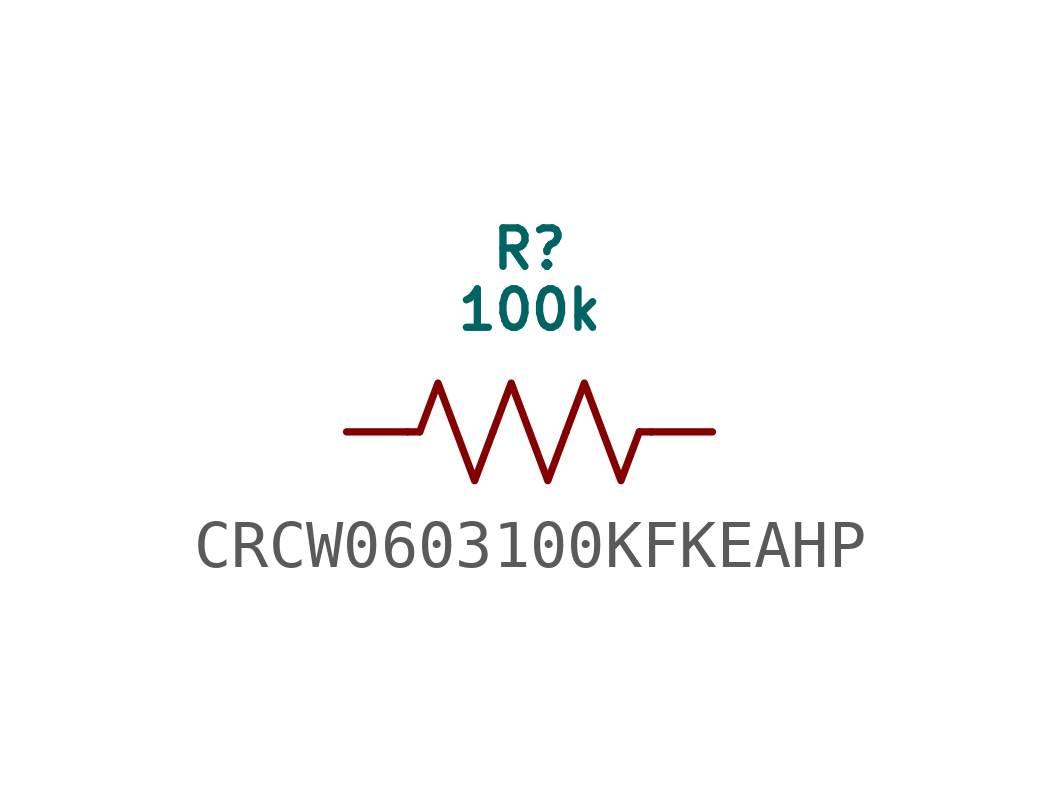
<source format=kicad_sym>
(kicad_symbol_lib
  (version 20220914)
  (generator kicad_symbol_editor)
  (symbol "CRCW0603100KFKEAHP"
    (pin_numbers hide)
    (pin_names
      (offset 0.762) hide)
    (property "Reference" "R"
      (at 6.35 3.81 0)
      (do_not_autoplace)
      (effects (font (size 0.8 0.8))))
    (property "Value" "100k"
      (at 6.35 2.54 0)
      (do_not_autoplace)
      (effects (font (size 0.8 0.8))))
    (symbol "CRCW0603100KFKEAHP_0_1"
      (polyline (pts (xy 4.064 0) (xy 3.81 0)) (stroke (width 0) (type default)) (fill (type none)))
      (polyline (pts (xy 8.636 0) (xy 8.89 0)) (stroke (width 0) (type default)) (fill (type none)))
      (polyline (pts (xy 4.064 0) (xy 4.445 1.016) (xy 4.826 0) (xy 5.207 -1.016) (xy 5.588 0)) (stroke (width 0) (type default)) (fill (type none)))
      (polyline (pts (xy 5.588 0) (xy 5.969 1.016) (xy 6.35 0) (xy 6.731 -1.016) (xy 7.112 0)) (stroke (width 0) (type default)) (fill (type none)))
      (polyline (pts (xy 7.112 0) (xy 7.493 1.016) (xy 7.874 0) (xy 8.255 -1.016) (xy 8.636 0)) (stroke (width 0) (type default)) (fill (type none))))
    (symbol "CRCW0603100KFKEAHP_1_1"
      (pin passive line (at 2.54 0 0) (length 1.27) (name "" (effects (font (size 1.27 1.27)))) (number "1" (effects (font (size 1.27 1.27)))))
      (pin passive line (at 10.16 0 180) (length 1.27) (name "" (effects (font (size 1.27 1.27)))) (number "2" (effects (font (size 1.27 1.27))))))))
</source>
